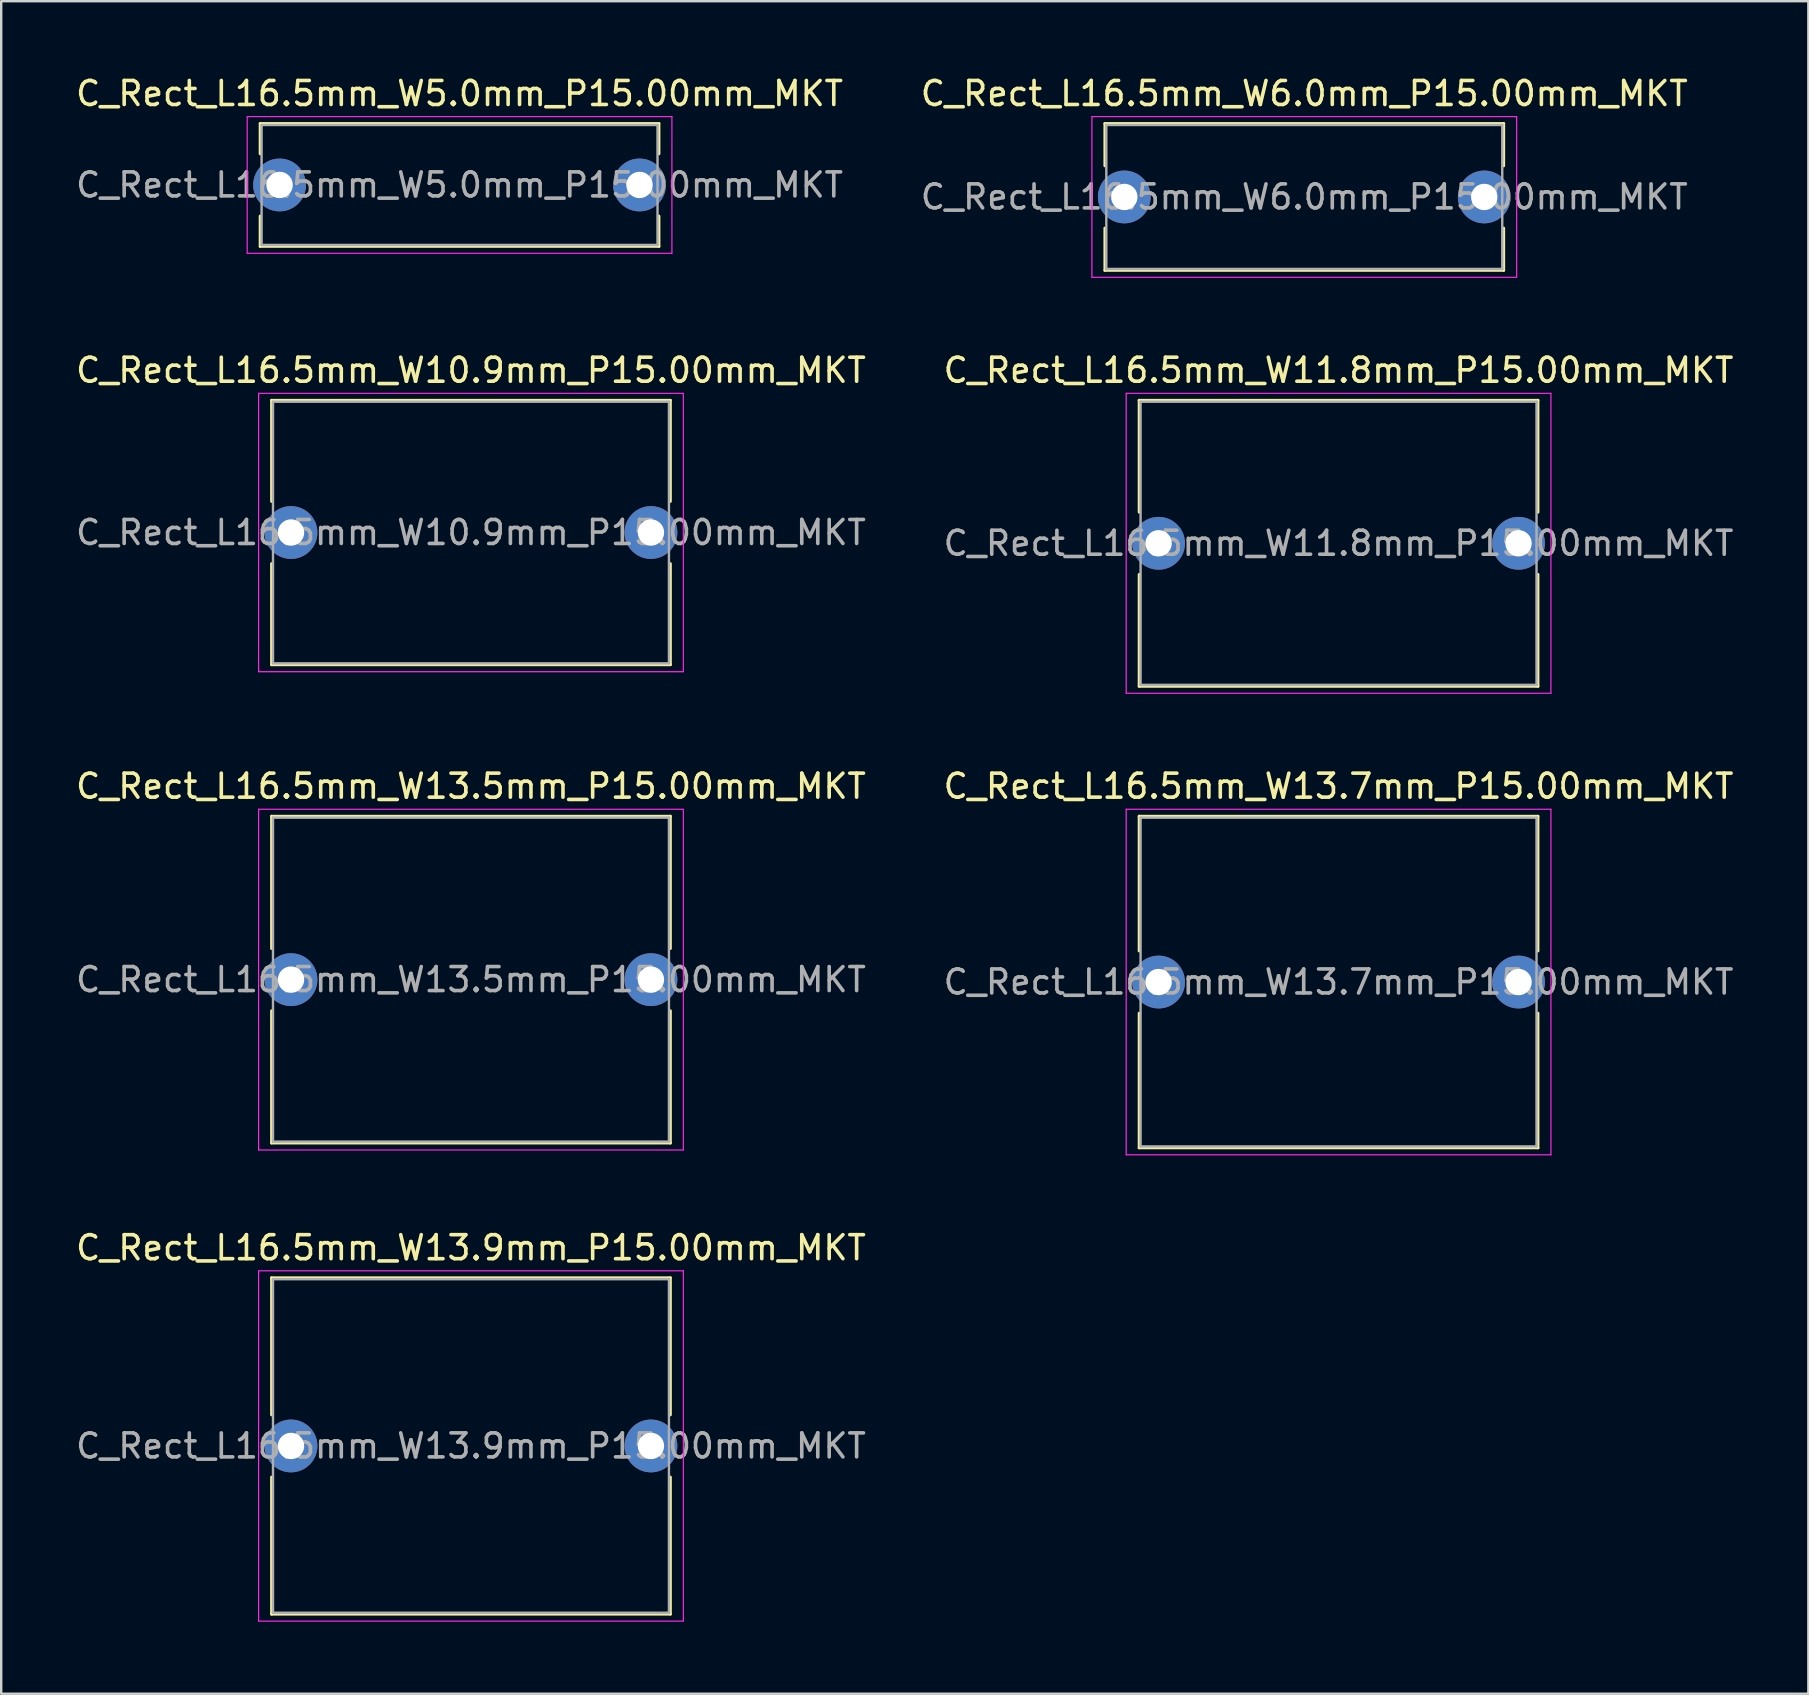
<source format=kicad_pcb>
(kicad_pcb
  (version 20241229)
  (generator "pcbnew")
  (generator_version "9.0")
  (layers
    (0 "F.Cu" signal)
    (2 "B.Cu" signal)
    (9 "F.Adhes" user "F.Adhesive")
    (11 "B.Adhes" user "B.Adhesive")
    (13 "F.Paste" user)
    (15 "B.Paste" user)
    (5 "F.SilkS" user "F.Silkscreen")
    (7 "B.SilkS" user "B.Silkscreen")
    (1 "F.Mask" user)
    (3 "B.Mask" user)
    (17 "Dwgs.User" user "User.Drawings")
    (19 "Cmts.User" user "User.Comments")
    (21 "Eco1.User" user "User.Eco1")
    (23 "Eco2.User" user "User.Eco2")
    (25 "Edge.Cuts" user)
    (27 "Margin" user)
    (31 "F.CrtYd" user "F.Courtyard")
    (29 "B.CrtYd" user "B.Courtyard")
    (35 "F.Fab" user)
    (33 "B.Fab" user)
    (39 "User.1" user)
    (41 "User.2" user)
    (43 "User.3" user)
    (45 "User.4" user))
  (footprint "C_Rect_L16.5mm_W13.5mm_P15.00mm_MKT"
    (layer "F.Cu")
    (at 9.077 37.775)
    (property "Reference" "C_Rect_L16.5mm_W13.5mm_P15.00mm_MKT" (at 7.5 -8.06 0) (layer "F.SilkS") (effects (font (size 1 1) (thickness 0.15))))
    (attr through_hole)
    (fp_line (start -0.81 -6.81) (end -0.81 -1.296) (stroke (width 0.12) (type solid)) (layer "F.SilkS"))
    (fp_line (start -0.81 -6.81) (end 15.81 -6.81) (stroke (width 0.12) (type solid)) (layer "F.SilkS"))
    (fp_line (start -0.81 1.296) (end -0.81 6.81) (stroke (width 0.12) (type solid)) (layer "F.SilkS"))
    (fp_line (start -0.81 6.81) (end 15.81 6.81) (stroke (width 0.12) (type solid)) (layer "F.SilkS"))
    (fp_line (start 15.81 -6.81) (end 15.81 -1.296) (stroke (width 0.12) (type solid)) (layer "F.SilkS"))
    (fp_line (start 15.81 1.296) (end 15.81 6.81) (stroke (width 0.12) (type solid)) (layer "F.SilkS"))
    (fp_line (start -1.35 -7.1) (end -1.35 7.1) (stroke (width 0.05) (type solid)) (layer "F.CrtYd"))
    (fp_line (start -1.35 7.1) (end 16.35 7.1) (stroke (width 0.05) (type solid)) (layer "F.CrtYd"))
    (fp_line (start 16.35 -7.1) (end -1.35 -7.1) (stroke (width 0.05) (type solid)) (layer "F.CrtYd"))
    (fp_line (start 16.35 7.1) (end 16.35 -7.1) (stroke (width 0.05) (type solid)) (layer "F.CrtYd"))
    (fp_line (start -0.75 -6.75) (end -0.75 6.75) (stroke (width 0.1) (type solid)) (layer "F.Fab"))
    (fp_line (start -0.75 6.75) (end 15.75 6.75) (stroke (width 0.1) (type solid)) (layer "F.Fab"))
    (fp_line (start 15.75 -6.75) (end -0.75 -6.75) (stroke (width 0.1) (type solid)) (layer "F.Fab"))
    (fp_line (start 15.75 6.75) (end 15.75 -6.75) (stroke (width 0.1) (type solid)) (layer "F.Fab"))
    (fp_text user "${REFERENCE}" (at 7.5 0 0) (layer "F.Fab") (effects (font (size 1 1) (thickness 0.15))))
    (pad "1" thru_hole circle (at 0 0) (size 2.2 2.2) (drill 1.1) (layers "*.Cu" "*.Mask"))
    (pad "2" thru_hole circle (at 15 0) (size 2.2 2.2) (drill 1.1) (layers "*.Cu" "*.Mask")))
  (footprint "C_Rect_L16.5mm_W10.9mm_P15.00mm_MKT"
    (layer "F.Cu")
    (at 9.077 19.142)
    (property "Reference" "C_Rect_L16.5mm_W10.9mm_P15.00mm_MKT" (at 7.5 -6.76 0) (layer "F.SilkS") (effects (font (size 1 1) (thickness 0.15))))
    (attr through_hole)
    (fp_line (start -0.81 -5.51) (end -0.81 -1.296) (stroke (width 0.12) (type solid)) (layer "F.SilkS"))
    (fp_line (start -0.81 -5.51) (end 15.81 -5.51) (stroke (width 0.12) (type solid)) (layer "F.SilkS"))
    (fp_line (start -0.81 1.296) (end -0.81 5.51) (stroke (width 0.12) (type solid)) (layer "F.SilkS"))
    (fp_line (start -0.81 5.51) (end 15.81 5.51) (stroke (width 0.12) (type solid)) (layer "F.SilkS"))
    (fp_line (start 15.81 -5.51) (end 15.81 -1.296) (stroke (width 0.12) (type solid)) (layer "F.SilkS"))
    (fp_line (start 15.81 1.296) (end 15.81 5.51) (stroke (width 0.12) (type solid)) (layer "F.SilkS"))
    (fp_line (start -1.35 -5.8) (end -1.35 5.8) (stroke (width 0.05) (type solid)) (layer "F.CrtYd"))
    (fp_line (start -1.35 5.8) (end 16.35 5.8) (stroke (width 0.05) (type solid)) (layer "F.CrtYd"))
    (fp_line (start 16.35 -5.8) (end -1.35 -5.8) (stroke (width 0.05) (type solid)) (layer "F.CrtYd"))
    (fp_line (start 16.35 5.8) (end 16.35 -5.8) (stroke (width 0.05) (type solid)) (layer "F.CrtYd"))
    (fp_line (start -0.75 -5.45) (end -0.75 5.45) (stroke (width 0.1) (type solid)) (layer "F.Fab"))
    (fp_line (start -0.75 5.45) (end 15.75 5.45) (stroke (width 0.1) (type solid)) (layer "F.Fab"))
    (fp_line (start 15.75 -5.45) (end -0.75 -5.45) (stroke (width 0.1) (type solid)) (layer "F.Fab"))
    (fp_line (start 15.75 5.45) (end 15.75 -5.45) (stroke (width 0.1) (type solid)) (layer "F.Fab"))
    (fp_text user "${REFERENCE}" (at 7.5 0 0) (layer "F.Fab") (effects (font (size 1 1) (thickness 0.15))))
    (pad "1" thru_hole circle (at 0 0) (size 2.2 2.2) (drill 1.1) (layers "*.Cu" "*.Mask"))
    (pad "2" thru_hole circle (at 15 0) (size 2.2 2.2) (drill 1.1) (layers "*.Cu" "*.Mask")))
  (footprint "C_Rect_L16.5mm_W13.9mm_P15.00mm_MKT"
    (layer "F.Cu")
    (at 9.077 57.208)
    (property "Reference" "C_Rect_L16.5mm_W13.9mm_P15.00mm_MKT" (at 7.5 -8.26 0) (layer "F.SilkS") (effects (font (size 1 1) (thickness 0.15))))
    (attr through_hole)
    (fp_line (start -0.81 -7.01) (end -0.81 -1.296) (stroke (width 0.12) (type solid)) (layer "F.SilkS"))
    (fp_line (start -0.81 -7.01) (end 15.81 -7.01) (stroke (width 0.12) (type solid)) (layer "F.SilkS"))
    (fp_line (start -0.81 1.296) (end -0.81 7.01) (stroke (width 0.12) (type solid)) (layer "F.SilkS"))
    (fp_line (start -0.81 7.01) (end 15.81 7.01) (stroke (width 0.12) (type solid)) (layer "F.SilkS"))
    (fp_line (start 15.81 -7.01) (end 15.81 -1.296) (stroke (width 0.12) (type solid)) (layer "F.SilkS"))
    (fp_line (start 15.81 1.296) (end 15.81 7.01) (stroke (width 0.12) (type solid)) (layer "F.SilkS"))
    (fp_line (start -1.35 -7.3) (end -1.35 7.3) (stroke (width 0.05) (type solid)) (layer "F.CrtYd"))
    (fp_line (start -1.35 7.3) (end 16.35 7.3) (stroke (width 0.05) (type solid)) (layer "F.CrtYd"))
    (fp_line (start 16.35 -7.3) (end -1.35 -7.3) (stroke (width 0.05) (type solid)) (layer "F.CrtYd"))
    (fp_line (start 16.35 7.3) (end 16.35 -7.3) (stroke (width 0.05) (type solid)) (layer "F.CrtYd"))
    (fp_line (start -0.75 -6.95) (end -0.75 6.95) (stroke (width 0.1) (type solid)) (layer "F.Fab"))
    (fp_line (start -0.75 6.95) (end 15.75 6.95) (stroke (width 0.1) (type solid)) (layer "F.Fab"))
    (fp_line (start 15.75 -6.95) (end -0.75 -6.95) (stroke (width 0.1) (type solid)) (layer "F.Fab"))
    (fp_line (start 15.75 6.95) (end 15.75 -6.95) (stroke (width 0.1) (type solid)) (layer "F.Fab"))
    (fp_text user "${REFERENCE}" (at 7.5 0 0) (layer "F.Fab") (effects (font (size 1 1) (thickness 0.15))))
    (pad "1" thru_hole circle (at 0 0) (size 2.2 2.2) (drill 1.1) (layers "*.Cu" "*.Mask"))
    (pad "2" thru_hole circle (at 15 0) (size 2.2 2.2) (drill 1.1) (layers "*.Cu" "*.Mask")))
  (footprint "C_Rect_L16.5mm_W11.8mm_P15.00mm_MKT"
    (layer "F.Cu")
    (at 45.232 19.591)
    (property "Reference" "C_Rect_L16.5mm_W11.8mm_P15.00mm_MKT" (at 7.5 -7.21 0) (layer "F.SilkS") (effects (font (size 1 1) (thickness 0.15))))
    (attr through_hole)
    (fp_line (start -0.81 -5.96) (end -0.81 -1.296) (stroke (width 0.12) (type solid)) (layer "F.SilkS"))
    (fp_line (start -0.81 -5.96) (end 15.81 -5.96) (stroke (width 0.12) (type solid)) (layer "F.SilkS"))
    (fp_line (start -0.81 1.296) (end -0.81 5.96) (stroke (width 0.12) (type solid)) (layer "F.SilkS"))
    (fp_line (start -0.81 5.96) (end 15.81 5.96) (stroke (width 0.12) (type solid)) (layer "F.SilkS"))
    (fp_line (start 15.81 -5.96) (end 15.81 -1.296) (stroke (width 0.12) (type solid)) (layer "F.SilkS"))
    (fp_line (start 15.81 1.296) (end 15.81 5.96) (stroke (width 0.12) (type solid)) (layer "F.SilkS"))
    (fp_line (start -1.35 -6.25) (end -1.35 6.25) (stroke (width 0.05) (type solid)) (layer "F.CrtYd"))
    (fp_line (start -1.35 6.25) (end 16.35 6.25) (stroke (width 0.05) (type solid)) (layer "F.CrtYd"))
    (fp_line (start 16.35 -6.25) (end -1.35 -6.25) (stroke (width 0.05) (type solid)) (layer "F.CrtYd"))
    (fp_line (start 16.35 6.25) (end 16.35 -6.25) (stroke (width 0.05) (type solid)) (layer "F.CrtYd"))
    (fp_line (start -0.75 -5.9) (end -0.75 5.9) (stroke (width 0.1) (type solid)) (layer "F.Fab"))
    (fp_line (start -0.75 5.9) (end 15.75 5.9) (stroke (width 0.1) (type solid)) (layer "F.Fab"))
    (fp_line (start 15.75 -5.9) (end -0.75 -5.9) (stroke (width 0.1) (type solid)) (layer "F.Fab"))
    (fp_line (start 15.75 5.9) (end 15.75 -5.9) (stroke (width 0.1) (type solid)) (layer "F.Fab"))
    (fp_text user "${REFERENCE}" (at 7.5 0 0) (layer "F.Fab") (effects (font (size 1 1) (thickness 0.15))))
    (pad "1" thru_hole circle (at 0 0) (size 2.2 2.2) (drill 1.1) (layers "*.Cu" "*.Mask"))
    (pad "2" thru_hole circle (at 15 0) (size 2.2 2.2) (drill 1.1) (layers "*.Cu" "*.Mask")))
  (footprint "C_Rect_L16.5mm_W5.0mm_P15.00mm_MKT"
    (layer "F.Cu")
    (at 8.601 4.658)
    (property "Reference" "C_Rect_L16.5mm_W5.0mm_P15.00mm_MKT" (at 7.5 -3.81 0) (layer "F.SilkS") (effects (font (size 1 1) (thickness 0.15))))
    (attr through_hole)
    (fp_line (start -0.81 -2.56) (end -0.81 -1.296) (stroke (width 0.12) (type solid)) (layer "F.SilkS"))
    (fp_line (start -0.81 -2.56) (end 15.81 -2.56) (stroke (width 0.12) (type solid)) (layer "F.SilkS"))
    (fp_line (start -0.81 1.296) (end -0.81 2.56) (stroke (width 0.12) (type solid)) (layer "F.SilkS"))
    (fp_line (start -0.81 2.56) (end 15.81 2.56) (stroke (width 0.12) (type solid)) (layer "F.SilkS"))
    (fp_line (start 15.81 -2.56) (end 15.81 -1.296) (stroke (width 0.12) (type solid)) (layer "F.SilkS"))
    (fp_line (start 15.81 1.296) (end 15.81 2.56) (stroke (width 0.12) (type solid)) (layer "F.SilkS"))
    (fp_line (start -1.35 -2.85) (end -1.35 2.85) (stroke (width 0.05) (type solid)) (layer "F.CrtYd"))
    (fp_line (start -1.35 2.85) (end 16.35 2.85) (stroke (width 0.05) (type solid)) (layer "F.CrtYd"))
    (fp_line (start 16.35 -2.85) (end -1.35 -2.85) (stroke (width 0.05) (type solid)) (layer "F.CrtYd"))
    (fp_line (start 16.35 2.85) (end 16.35 -2.85) (stroke (width 0.05) (type solid)) (layer "F.CrtYd"))
    (fp_line (start -0.75 -2.5) (end -0.75 2.5) (stroke (width 0.1) (type solid)) (layer "F.Fab"))
    (fp_line (start -0.75 2.5) (end 15.75 2.5) (stroke (width 0.1) (type solid)) (layer "F.Fab"))
    (fp_line (start 15.75 -2.5) (end -0.75 -2.5) (stroke (width 0.1) (type solid)) (layer "F.Fab"))
    (fp_line (start 15.75 2.5) (end 15.75 -2.5) (stroke (width 0.1) (type solid)) (layer "F.Fab"))
    (fp_text user "${REFERENCE}" (at 7.5 0 0) (layer "F.Fab") (effects (font (size 1 1) (thickness 0.15))))
    (pad "1" thru_hole circle (at 0 0) (size 2.2 2.2) (drill 1.1) (layers "*.Cu" "*.Mask"))
    (pad "2" thru_hole circle (at 15 0) (size 2.2 2.2) (drill 1.1) (layers "*.Cu" "*.Mask")))
  (footprint "C_Rect_L16.5mm_W6.0mm_P15.00mm_MKT"
    (layer "F.Cu")
    (at 43.804 5.158)
    (property "Reference" "C_Rect_L16.5mm_W6.0mm_P15.00mm_MKT" (at 7.5 -4.31 0) (layer "F.SilkS") (effects (font (size 1 1) (thickness 0.15))))
    (attr through_hole)
    (fp_line (start -0.81 -3.06) (end -0.81 -1.296) (stroke (width 0.12) (type solid)) (layer "F.SilkS"))
    (fp_line (start -0.81 -3.06) (end 15.81 -3.06) (stroke (width 0.12) (type solid)) (layer "F.SilkS"))
    (fp_line (start -0.81 1.296) (end -0.81 3.06) (stroke (width 0.12) (type solid)) (layer "F.SilkS"))
    (fp_line (start -0.81 3.06) (end 15.81 3.06) (stroke (width 0.12) (type solid)) (layer "F.SilkS"))
    (fp_line (start 15.81 -3.06) (end 15.81 -1.296) (stroke (width 0.12) (type solid)) (layer "F.SilkS"))
    (fp_line (start 15.81 1.296) (end 15.81 3.06) (stroke (width 0.12) (type solid)) (layer "F.SilkS"))
    (fp_line (start -1.35 -3.35) (end -1.35 3.35) (stroke (width 0.05) (type solid)) (layer "F.CrtYd"))
    (fp_line (start -1.35 3.35) (end 16.35 3.35) (stroke (width 0.05) (type solid)) (layer "F.CrtYd"))
    (fp_line (start 16.35 -3.35) (end -1.35 -3.35) (stroke (width 0.05) (type solid)) (layer "F.CrtYd"))
    (fp_line (start 16.35 3.35) (end 16.35 -3.35) (stroke (width 0.05) (type solid)) (layer "F.CrtYd"))
    (fp_line (start -0.75 -3) (end -0.75 3) (stroke (width 0.1) (type solid)) (layer "F.Fab"))
    (fp_line (start -0.75 3) (end 15.75 3) (stroke (width 0.1) (type solid)) (layer "F.Fab"))
    (fp_line (start 15.75 -3) (end -0.75 -3) (stroke (width 0.1) (type solid)) (layer "F.Fab"))
    (fp_line (start 15.75 3) (end 15.75 -3) (stroke (width 0.1) (type solid)) (layer "F.Fab"))
    (fp_text user "${REFERENCE}" (at 7.5 0 0) (layer "F.Fab") (effects (font (size 1 1) (thickness 0.15))))
    (pad "1" thru_hole circle (at 0 0) (size 2.2 2.2) (drill 1.1) (layers "*.Cu" "*.Mask"))
    (pad "2" thru_hole circle (at 15 0) (size 2.2 2.2) (drill 1.1) (layers "*.Cu" "*.Mask")))
  (footprint "C_Rect_L16.5mm_W13.7mm_P15.00mm_MKT"
    (layer "F.Cu")
    (at 45.232 37.875)
    (property "Reference" "C_Rect_L16.5mm_W13.7mm_P15.00mm_MKT" (at 7.5 -8.16 0) (layer "F.SilkS") (effects (font (size 1 1) (thickness 0.15))))
    (attr through_hole)
    (fp_line (start -0.81 -6.91) (end -0.81 -1.296) (stroke (width 0.12) (type solid)) (layer "F.SilkS"))
    (fp_line (start -0.81 -6.91) (end 15.81 -6.91) (stroke (width 0.12) (type solid)) (layer "F.SilkS"))
    (fp_line (start -0.81 1.296) (end -0.81 6.91) (stroke (width 0.12) (type solid)) (layer "F.SilkS"))
    (fp_line (start -0.81 6.91) (end 15.81 6.91) (stroke (width 0.12) (type solid)) (layer "F.SilkS"))
    (fp_line (start 15.81 -6.91) (end 15.81 -1.296) (stroke (width 0.12) (type solid)) (layer "F.SilkS"))
    (fp_line (start 15.81 1.296) (end 15.81 6.91) (stroke (width 0.12) (type solid)) (layer "F.SilkS"))
    (fp_line (start -1.35 -7.2) (end -1.35 7.2) (stroke (width 0.05) (type solid)) (layer "F.CrtYd"))
    (fp_line (start -1.35 7.2) (end 16.35 7.2) (stroke (width 0.05) (type solid)) (layer "F.CrtYd"))
    (fp_line (start 16.35 -7.2) (end -1.35 -7.2) (stroke (width 0.05) (type solid)) (layer "F.CrtYd"))
    (fp_line (start 16.35 7.2) (end 16.35 -7.2) (stroke (width 0.05) (type solid)) (layer "F.CrtYd"))
    (fp_line (start -0.75 -6.85) (end -0.75 6.85) (stroke (width 0.1) (type solid)) (layer "F.Fab"))
    (fp_line (start -0.75 6.85) (end 15.75 6.85) (stroke (width 0.1) (type solid)) (layer "F.Fab"))
    (fp_line (start 15.75 -6.85) (end -0.75 -6.85) (stroke (width 0.1) (type solid)) (layer "F.Fab"))
    (fp_line (start 15.75 6.85) (end 15.75 -6.85) (stroke (width 0.1) (type solid)) (layer "F.Fab"))
    (fp_text user "${REFERENCE}" (at 7.5 0 0) (layer "F.Fab") (effects (font (size 1 1) (thickness 0.15))))
    (pad "1" thru_hole circle (at 0 0) (size 2.2 2.2) (drill 1.1) (layers "*.Cu" "*.Mask"))
    (pad "2" thru_hole circle (at 15 0) (size 2.2 2.2) (drill 1.1) (layers "*.Cu" "*.Mask")))
  (gr_rect
    (start -3 -3)
    (end 72.31 67.533)
    (stroke (width 0.1) (type default))
    (fill no)
    (layer "Edge.Cuts")))
</source>
